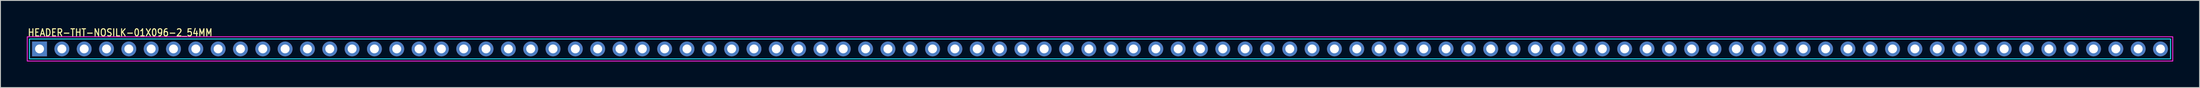
<source format=kicad_pcb>
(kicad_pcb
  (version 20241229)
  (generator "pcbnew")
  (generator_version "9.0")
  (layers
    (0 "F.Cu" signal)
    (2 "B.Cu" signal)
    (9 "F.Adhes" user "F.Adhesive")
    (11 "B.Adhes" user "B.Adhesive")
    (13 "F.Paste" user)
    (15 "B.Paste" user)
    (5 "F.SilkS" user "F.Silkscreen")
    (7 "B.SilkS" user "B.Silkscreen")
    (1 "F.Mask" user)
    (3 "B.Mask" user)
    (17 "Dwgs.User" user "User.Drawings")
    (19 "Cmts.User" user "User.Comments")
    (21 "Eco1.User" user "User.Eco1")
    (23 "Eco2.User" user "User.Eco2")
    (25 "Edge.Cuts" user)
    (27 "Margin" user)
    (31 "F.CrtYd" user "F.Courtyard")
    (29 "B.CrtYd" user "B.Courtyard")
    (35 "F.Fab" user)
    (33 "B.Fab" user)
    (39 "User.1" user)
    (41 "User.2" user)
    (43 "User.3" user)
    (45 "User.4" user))
  (footprint "HEADER-THT-NOSILK-01X096-2_54MM"
    (layer "F.Cu")
    (at 1.447 2.579)
    (property "Reference" "HEADER-THT-NOSILK-01X096-2_54MM" (at -1.4 -1.4 0) (unlocked yes) (layer "F.SilkS") (effects (font (size 0.813 0.695) (thickness 0.122)) (justify left bottom)))
    (fp_poly (pts (xy -1.143 -1.143) (xy 242.443 -1.143) (xy 242.443 1.143) (xy -1.143 1.143)) (stroke (width 0.1) (type solid)) (fill no) (layer "B.CrtYd"))
    (fp_poly (pts (xy -1.397 -1.397) (xy 242.697 -1.397) (xy 242.697 1.397) (xy -1.397 1.397)) (stroke (width 0.1) (type solid)) (fill no) (layer "F.CrtYd"))
    (pad "P$1" thru_hole rect (at 0 0) (size 1.693 1.693) (drill 1.016) (layers "*.Cu" "*.Mask"))
    (pad "P$2" thru_hole oval (at 2.54 0) (size 1.693 1.693) (drill 1.016) (layers "*.Cu" "*.Mask"))
    (pad "P$3" thru_hole oval (at 5.08 0) (size 1.693 1.693) (drill 1.016) (layers "*.Cu" "*.Mask"))
    (pad "P$4" thru_hole oval (at 7.62 0) (size 1.693 1.693) (drill 1.016) (layers "*.Cu" "*.Mask"))
    (pad "P$5" thru_hole oval (at 10.16 0) (size 1.693 1.693) (drill 1.016) (layers "*.Cu" "*.Mask"))
    (pad "P$6" thru_hole oval (at 12.7 0) (size 1.693 1.693) (drill 1.016) (layers "*.Cu" "*.Mask"))
    (pad "P$7" thru_hole oval (at 15.24 0) (size 1.693 1.693) (drill 1.016) (layers "*.Cu" "*.Mask"))
    (pad "P$8" thru_hole oval (at 17.78 0) (size 1.693 1.693) (drill 1.016) (layers "*.Cu" "*.Mask"))
    (pad "P$9" thru_hole oval (at 20.32 0) (size 1.693 1.693) (drill 1.016) (layers "*.Cu" "*.Mask"))
    (pad "P$10" thru_hole oval (at 22.86 0) (size 1.693 1.693) (drill 1.016) (layers "*.Cu" "*.Mask"))
    (pad "P$11" thru_hole oval (at 25.4 0) (size 1.693 1.693) (drill 1.016) (layers "*.Cu" "*.Mask"))
    (pad "P$12" thru_hole oval (at 27.94 0) (size 1.693 1.693) (drill 1.016) (layers "*.Cu" "*.Mask"))
    (pad "P$13" thru_hole oval (at 30.48 0) (size 1.693 1.693) (drill 1.016) (layers "*.Cu" "*.Mask"))
    (pad "P$14" thru_hole oval (at 33.02 0) (size 1.693 1.693) (drill 1.016) (layers "*.Cu" "*.Mask"))
    (pad "P$15" thru_hole oval (at 35.56 0) (size 1.693 1.693) (drill 1.016) (layers "*.Cu" "*.Mask"))
    (pad "P$16" thru_hole oval (at 38.1 0) (size 1.693 1.693) (drill 1.016) (layers "*.Cu" "*.Mask"))
    (pad "P$17" thru_hole oval (at 40.64 0) (size 1.693 1.693) (drill 1.016) (layers "*.Cu" "*.Mask"))
    (pad "P$18" thru_hole oval (at 43.18 0) (size 1.693 1.693) (drill 1.016) (layers "*.Cu" "*.Mask"))
    (pad "P$19" thru_hole oval (at 45.72 0) (size 1.693 1.693) (drill 1.016) (layers "*.Cu" "*.Mask"))
    (pad "P$20" thru_hole oval (at 48.26 0) (size 1.693 1.693) (drill 1.016) (layers "*.Cu" "*.Mask"))
    (pad "P$21" thru_hole oval (at 50.8 0) (size 1.693 1.693) (drill 1.016) (layers "*.Cu" "*.Mask"))
    (pad "P$22" thru_hole oval (at 53.34 0) (size 1.693 1.693) (drill 1.016) (layers "*.Cu" "*.Mask"))
    (pad "P$23" thru_hole oval (at 55.88 0) (size 1.693 1.693) (drill 1.016) (layers "*.Cu" "*.Mask"))
    (pad "P$24" thru_hole oval (at 58.42 0) (size 1.693 1.693) (drill 1.016) (layers "*.Cu" "*.Mask"))
    (pad "P$25" thru_hole oval (at 60.96 0) (size 1.693 1.693) (drill 1.016) (layers "*.Cu" "*.Mask"))
    (pad "P$26" thru_hole oval (at 63.5 0) (size 1.693 1.693) (drill 1.016) (layers "*.Cu" "*.Mask"))
    (pad "P$27" thru_hole oval (at 66.04 0) (size 1.693 1.693) (drill 1.016) (layers "*.Cu" "*.Mask"))
    (pad "P$28" thru_hole oval (at 68.58 0) (size 1.693 1.693) (drill 1.016) (layers "*.Cu" "*.Mask"))
    (pad "P$29" thru_hole oval (at 71.12 0) (size 1.693 1.693) (drill 1.016) (layers "*.Cu" "*.Mask"))
    (pad "P$30" thru_hole oval (at 73.66 0) (size 1.693 1.693) (drill 1.016) (layers "*.Cu" "*.Mask"))
    (pad "P$31" thru_hole oval (at 76.2 0) (size 1.693 1.693) (drill 1.016) (layers "*.Cu" "*.Mask"))
    (pad "P$32" thru_hole oval (at 78.74 0) (size 1.693 1.693) (drill 1.016) (layers "*.Cu" "*.Mask"))
    (pad "P$33" thru_hole oval (at 81.28 0) (size 1.693 1.693) (drill 1.016) (layers "*.Cu" "*.Mask"))
    (pad "P$34" thru_hole oval (at 83.82 0) (size 1.693 1.693) (drill 1.016) (layers "*.Cu" "*.Mask"))
    (pad "P$35" thru_hole oval (at 86.36 0) (size 1.693 1.693) (drill 1.016) (layers "*.Cu" "*.Mask"))
    (pad "P$36" thru_hole oval (at 88.9 0) (size 1.693 1.693) (drill 1.016) (layers "*.Cu" "*.Mask"))
    (pad "P$37" thru_hole oval (at 91.44 0) (size 1.693 1.693) (drill 1.016) (layers "*.Cu" "*.Mask"))
    (pad "P$38" thru_hole oval (at 93.98 0) (size 1.693 1.693) (drill 1.016) (layers "*.Cu" "*.Mask"))
    (pad "P$39" thru_hole oval (at 96.52 0) (size 1.693 1.693) (drill 1.016) (layers "*.Cu" "*.Mask"))
    (pad "P$40" thru_hole oval (at 99.06 0) (size 1.693 1.693) (drill 1.016) (layers "*.Cu" "*.Mask"))
    (pad "P$41" thru_hole oval (at 101.6 0) (size 1.693 1.693) (drill 1.016) (layers "*.Cu" "*.Mask"))
    (pad "P$42" thru_hole oval (at 104.14 0) (size 1.693 1.693) (drill 1.016) (layers "*.Cu" "*.Mask"))
    (pad "P$43" thru_hole oval (at 106.68 0) (size 1.693 1.693) (drill 1.016) (layers "*.Cu" "*.Mask"))
    (pad "P$44" thru_hole oval (at 109.22 0) (size 1.693 1.693) (drill 1.016) (layers "*.Cu" "*.Mask"))
    (pad "P$45" thru_hole oval (at 111.76 0) (size 1.693 1.693) (drill 1.016) (layers "*.Cu" "*.Mask"))
    (pad "P$46" thru_hole oval (at 114.3 0) (size 1.693 1.693) (drill 1.016) (layers "*.Cu" "*.Mask"))
    (pad "P$47" thru_hole oval (at 116.84 0) (size 1.693 1.693) (drill 1.016) (layers "*.Cu" "*.Mask"))
    (pad "P$48" thru_hole oval (at 119.38 0) (size 1.693 1.693) (drill 1.016) (layers "*.Cu" "*.Mask"))
    (pad "P$49" thru_hole oval (at 121.92 0) (size 1.693 1.693) (drill 1.016) (layers "*.Cu" "*.Mask"))
    (pad "P$50" thru_hole oval (at 124.46 0) (size 1.693 1.693) (drill 1.016) (layers "*.Cu" "*.Mask"))
    (pad "P$51" thru_hole oval (at 127 0) (size 1.693 1.693) (drill 1.016) (layers "*.Cu" "*.Mask"))
    (pad "P$52" thru_hole oval (at 129.54 0) (size 1.693 1.693) (drill 1.016) (layers "*.Cu" "*.Mask"))
    (pad "P$53" thru_hole oval (at 132.08 0) (size 1.693 1.693) (drill 1.016) (layers "*.Cu" "*.Mask"))
    (pad "P$54" thru_hole oval (at 134.62 0) (size 1.693 1.693) (drill 1.016) (layers "*.Cu" "*.Mask"))
    (pad "P$55" thru_hole oval (at 137.16 0) (size 1.693 1.693) (drill 1.016) (layers "*.Cu" "*.Mask"))
    (pad "P$56" thru_hole oval (at 139.7 0) (size 1.693 1.693) (drill 1.016) (layers "*.Cu" "*.Mask"))
    (pad "P$57" thru_hole oval (at 142.24 0) (size 1.693 1.693) (drill 1.016) (layers "*.Cu" "*.Mask"))
    (pad "P$58" thru_hole oval (at 144.78 0) (size 1.693 1.693) (drill 1.016) (layers "*.Cu" "*.Mask"))
    (pad "P$59" thru_hole oval (at 147.32 0) (size 1.693 1.693) (drill 1.016) (layers "*.Cu" "*.Mask"))
    (pad "P$60" thru_hole oval (at 149.86 0) (size 1.693 1.693) (drill 1.016) (layers "*.Cu" "*.Mask"))
    (pad "P$61" thru_hole oval (at 152.4 0) (size 1.693 1.693) (drill 1.016) (layers "*.Cu" "*.Mask"))
    (pad "P$62" thru_hole oval (at 154.94 0) (size 1.693 1.693) (drill 1.016) (layers "*.Cu" "*.Mask"))
    (pad "P$63" thru_hole oval (at 157.48 0) (size 1.693 1.693) (drill 1.016) (layers "*.Cu" "*.Mask"))
    (pad "P$64" thru_hole oval (at 160.02 0) (size 1.693 1.693) (drill 1.016) (layers "*.Cu" "*.Mask"))
    (pad "P$65" thru_hole oval (at 162.56 0) (size 1.693 1.693) (drill 1.016) (layers "*.Cu" "*.Mask"))
    (pad "P$66" thru_hole oval (at 165.1 0) (size 1.693 1.693) (drill 1.016) (layers "*.Cu" "*.Mask"))
    (pad "P$67" thru_hole oval (at 167.64 0) (size 1.693 1.693) (drill 1.016) (layers "*.Cu" "*.Mask"))
    (pad "P$68" thru_hole oval (at 170.18 0) (size 1.693 1.693) (drill 1.016) (layers "*.Cu" "*.Mask"))
    (pad "P$69" thru_hole oval (at 172.72 0) (size 1.693 1.693) (drill 1.016) (layers "*.Cu" "*.Mask"))
    (pad "P$70" thru_hole oval (at 175.26 0) (size 1.693 1.693) (drill 1.016) (layers "*.Cu" "*.Mask"))
    (pad "P$71" thru_hole oval (at 177.8 0) (size 1.693 1.693) (drill 1.016) (layers "*.Cu" "*.Mask"))
    (pad "P$72" thru_hole oval (at 180.34 0) (size 1.693 1.693) (drill 1.016) (layers "*.Cu" "*.Mask"))
    (pad "P$73" thru_hole oval (at 182.88 0) (size 1.693 1.693) (drill 1.016) (layers "*.Cu" "*.Mask"))
    (pad "P$74" thru_hole oval (at 185.42 0) (size 1.693 1.693) (drill 1.016) (layers "*.Cu" "*.Mask"))
    (pad "P$75" thru_hole oval (at 187.96 0) (size 1.693 1.693) (drill 1.016) (layers "*.Cu" "*.Mask"))
    (pad "P$76" thru_hole oval (at 190.5 0) (size 1.693 1.693) (drill 1.016) (layers "*.Cu" "*.Mask"))
    (pad "P$77" thru_hole oval (at 193.04 0) (size 1.693 1.693) (drill 1.016) (layers "*.Cu" "*.Mask"))
    (pad "P$78" thru_hole oval (at 195.58 0) (size 1.693 1.693) (drill 1.016) (layers "*.Cu" "*.Mask"))
    (pad "P$79" thru_hole oval (at 198.12 0) (size 1.693 1.693) (drill 1.016) (layers "*.Cu" "*.Mask"))
    (pad "P$80" thru_hole oval (at 200.66 0) (size 1.693 1.693) (drill 1.016) (layers "*.Cu" "*.Mask"))
    (pad "P$81" thru_hole oval (at 203.2 0) (size 1.693 1.693) (drill 1.016) (layers "*.Cu" "*.Mask"))
    (pad "P$82" thru_hole oval (at 205.74 0) (size 1.693 1.693) (drill 1.016) (layers "*.Cu" "*.Mask"))
    (pad "P$83" thru_hole oval (at 208.28 0) (size 1.693 1.693) (drill 1.016) (layers "*.Cu" "*.Mask"))
    (pad "P$84" thru_hole oval (at 210.82 0) (size 1.693 1.693) (drill 1.016) (layers "*.Cu" "*.Mask"))
    (pad "P$85" thru_hole oval (at 213.36 0) (size 1.693 1.693) (drill 1.016) (layers "*.Cu" "*.Mask"))
    (pad "P$86" thru_hole oval (at 215.9 0) (size 1.693 1.693) (drill 1.016) (layers "*.Cu" "*.Mask"))
    (pad "P$87" thru_hole oval (at 218.44 0) (size 1.693 1.693) (drill 1.016) (layers "*.Cu" "*.Mask"))
    (pad "P$88" thru_hole oval (at 220.98 0) (size 1.693 1.693) (drill 1.016) (layers "*.Cu" "*.Mask"))
    (pad "P$89" thru_hole oval (at 223.52 0) (size 1.693 1.693) (drill 1.016) (layers "*.Cu" "*.Mask"))
    (pad "P$90" thru_hole oval (at 226.06 0) (size 1.693 1.693) (drill 1.016) (layers "*.Cu" "*.Mask"))
    (pad "P$91" thru_hole oval (at 228.6 0) (size 1.693 1.693) (drill 1.016) (layers "*.Cu" "*.Mask"))
    (pad "P$92" thru_hole oval (at 231.14 0) (size 1.693 1.693) (drill 1.016) (layers "*.Cu" "*.Mask"))
    (pad "P$93" thru_hole oval (at 233.68 0) (size 1.693 1.693) (drill 1.016) (layers "*.Cu" "*.Mask"))
    (pad "P$94" thru_hole oval (at 236.22 0) (size 1.693 1.693) (drill 1.016) (layers "*.Cu" "*.Mask"))
    (pad "P$95" thru_hole oval (at 238.76 0) (size 1.693 1.693) (drill 1.016) (layers "*.Cu" "*.Mask"))
    (pad "P$96" thru_hole oval (at 241.3 0) (size 1.693 1.693) (drill 1.016) (layers "*.Cu" "*.Mask")))
  (gr_rect
    (start -3 -3)
    (end 247.194 7.026)
    (stroke (width 0.1) (type default))
    (fill no)
    (layer "Edge.Cuts")))
</source>
